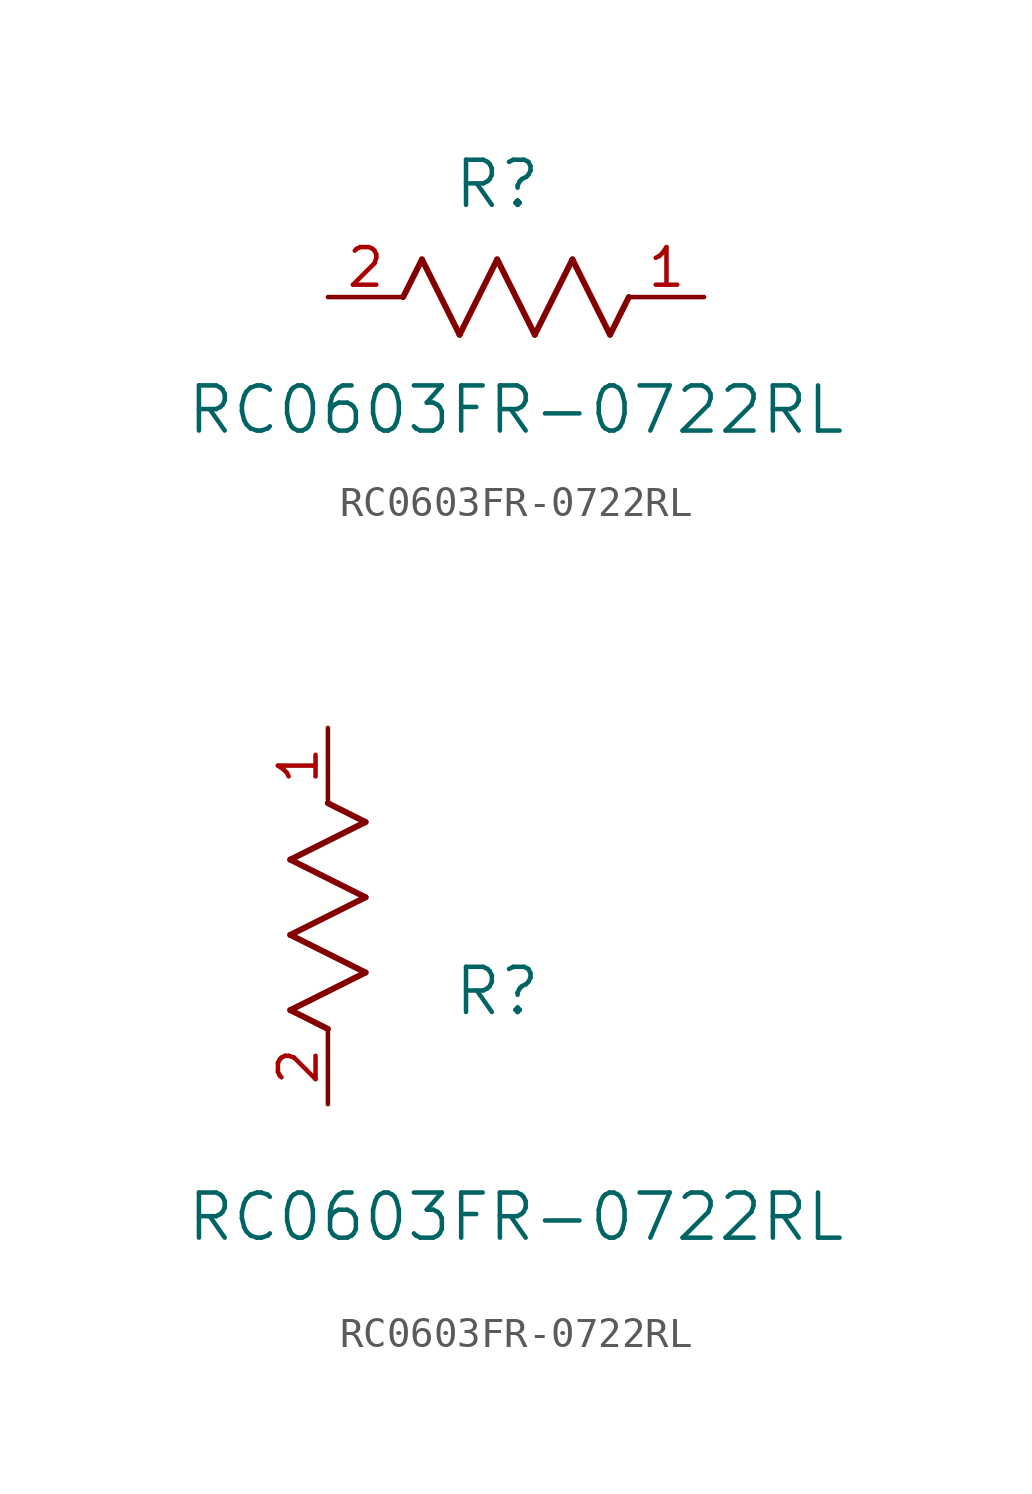
<source format=kicad_sym>
(kicad_symbol_lib
  (version 20241209)
  (generator "kicad_symbol_editor")
  (generator_version "9.0")
  (symbol "RC0603FR-0722RL"
    (pin_names
      (offset 0.254))
    (property "Reference" "R"
      (at 5.715 3.81 0)
      (effects (font (size 1.524 1.524))))
    (property "Value" "RC0603FR-0722RL"
      (at 6.35 -3.81 0)
      (effects (font (size 1.524 1.524))))
    (symbol "RC0603FR-0722RL_1_1"
      (polyline (pts (xy 2.54 0) (xy 3.175 1.27)) (stroke (width 0.203) (type default)) (fill (type none)))
      (polyline (pts (xy 3.175 1.27) (xy 4.445 -1.27)) (stroke (width 0.203) (type default)) (fill (type none)))
      (polyline (pts (xy 4.445 -1.27) (xy 5.715 1.27)) (stroke (width 0.203) (type default)) (fill (type none)))
      (polyline (pts (xy 5.715 1.27) (xy 6.985 -1.27)) (stroke (width 0.203) (type default)) (fill (type none)))
      (polyline (pts (xy 6.985 -1.27) (xy 8.255 1.27)) (stroke (width 0.203) (type default)) (fill (type none)))
      (polyline (pts (xy 8.255 1.27) (xy 9.525 -1.27)) (stroke (width 0.203) (type default)) (fill (type none)))
      (polyline (pts (xy 9.525 -1.27) (xy 10.16 0)) (stroke (width 0.203) (type default)) (fill (type none)))
      (pin unspecified line (at 0 0 0) (length 2.54) (name "" (effects (font (size 1.27 1.27)))) (number "2" (effects (font (size 1.27 1.27)))))
      (pin unspecified line (at 12.7 0 180) (length 2.54) (name "" (effects (font (size 1.27 1.27)))) (number "1" (effects (font (size 1.27 1.27))))))
    (symbol "RC0603FR-0722RL_1_2"
      (polyline (pts (xy -1.27 8.255) (xy 1.27 9.525)) (stroke (width 0.203) (type default)) (fill (type none)))
      (polyline (pts (xy -1.27 5.715) (xy 1.27 6.985)) (stroke (width 0.203) (type default)) (fill (type none)))
      (polyline (pts (xy -1.27 3.175) (xy 1.27 4.445)) (stroke (width 0.203) (type default)) (fill (type none)))
      (polyline (pts (xy 0 2.54) (xy -1.27 3.175)) (stroke (width 0.203) (type default)) (fill (type none)))
      (polyline (pts (xy 1.27 9.525) (xy 0 10.16)) (stroke (width 0.203) (type default)) (fill (type none)))
      (polyline (pts (xy 1.27 6.985) (xy -1.27 8.255)) (stroke (width 0.203) (type default)) (fill (type none)))
      (polyline (pts (xy 1.27 4.445) (xy -1.27 5.715)) (stroke (width 0.203) (type default)) (fill (type none)))
      (pin unspecified line (at 0 12.7 270) (length 2.54) (name "" (effects (font (size 1.27 1.27)))) (number "1" (effects (font (size 1.27 1.27)))))
      (pin unspecified line (at 0 0 90) (length 2.54) (name "" (effects (font (size 1.27 1.27)))) (number "2" (effects (font (size 1.27 1.27))))))))
</source>
